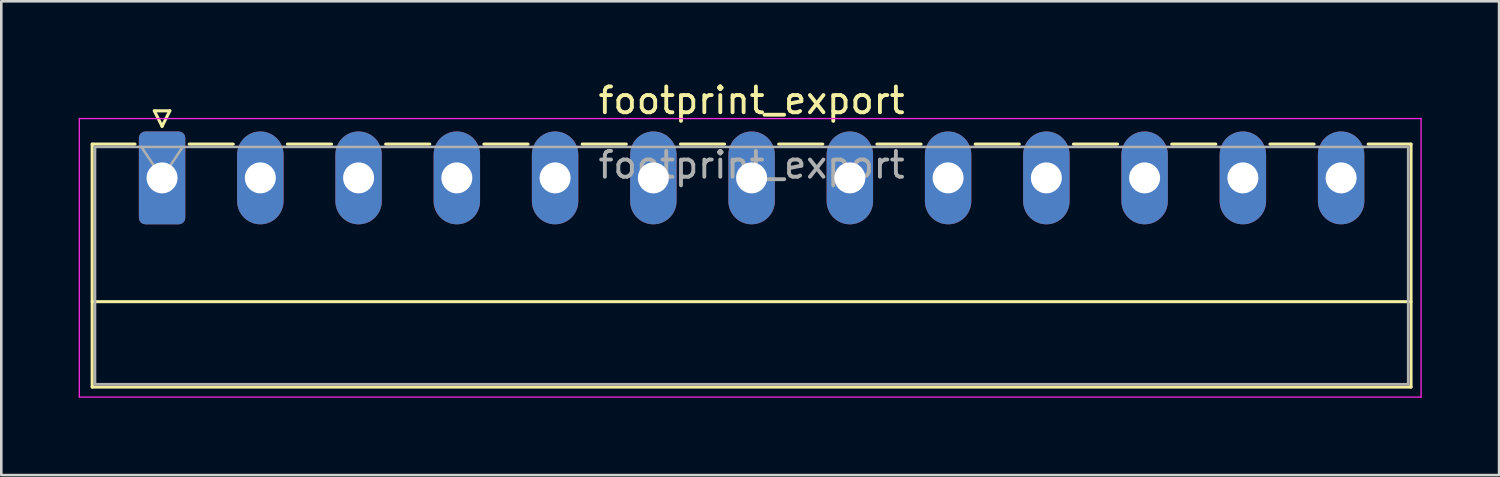
<source format=kicad_pcb>
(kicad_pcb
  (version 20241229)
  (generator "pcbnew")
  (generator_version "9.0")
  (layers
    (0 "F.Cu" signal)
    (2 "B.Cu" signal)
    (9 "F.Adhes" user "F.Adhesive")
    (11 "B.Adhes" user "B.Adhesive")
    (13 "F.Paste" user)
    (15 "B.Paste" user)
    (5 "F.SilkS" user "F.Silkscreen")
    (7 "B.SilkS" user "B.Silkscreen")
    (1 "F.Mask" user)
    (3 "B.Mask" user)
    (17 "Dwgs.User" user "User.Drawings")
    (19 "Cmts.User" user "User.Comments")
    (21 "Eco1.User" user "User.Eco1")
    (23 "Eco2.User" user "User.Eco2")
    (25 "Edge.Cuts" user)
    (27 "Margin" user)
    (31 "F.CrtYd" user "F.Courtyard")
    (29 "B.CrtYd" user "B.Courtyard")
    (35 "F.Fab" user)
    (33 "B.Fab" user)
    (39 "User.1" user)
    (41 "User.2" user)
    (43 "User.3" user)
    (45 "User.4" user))
  (footprint "footprint_export"
    (layer "F.Cu")
    (at 3.235 3.848)
    (property "Reference" "footprint_export" (at 22.86 -3 0) (layer "F.SilkS") (effects (font (size 1 1) (thickness 0.15))))
    (attr through_hole)
    (fp_line (start -2.71 -1.31) (end -2.71 8.11) (stroke (width 0.12) (type solid)) (layer "F.SilkS"))
    (fp_line (start -2.71 -1.31) (end -1.05 -1.31) (stroke (width 0.12) (type solid)) (layer "F.SilkS"))
    (fp_line (start -2.71 4.8) (end 48.43 4.8) (stroke (width 0.12) (type solid)) (layer "F.SilkS"))
    (fp_line (start -2.71 8.11) (end 48.43 8.11) (stroke (width 0.12) (type solid)) (layer "F.SilkS"))
    (fp_line (start -0.3 -2.6) (end 0.3 -2.6) (stroke (width 0.12) (type solid)) (layer "F.SilkS"))
    (fp_line (start 0 -2) (end -0.3 -2.6) (stroke (width 0.12) (type solid)) (layer "F.SilkS"))
    (fp_line (start 0.3 -2.6) (end 0 -2) (stroke (width 0.12) (type solid)) (layer "F.SilkS"))
    (fp_line (start 1.05 -1.31) (end 2.76 -1.31) (stroke (width 0.12) (type solid)) (layer "F.SilkS"))
    (fp_line (start 4.86 -1.31) (end 6.57 -1.31) (stroke (width 0.12) (type solid)) (layer "F.SilkS"))
    (fp_line (start 8.67 -1.31) (end 10.38 -1.31) (stroke (width 0.12) (type solid)) (layer "F.SilkS"))
    (fp_line (start 12.48 -1.31) (end 14.19 -1.31) (stroke (width 0.12) (type solid)) (layer "F.SilkS"))
    (fp_line (start 16.29 -1.31) (end 18 -1.31) (stroke (width 0.12) (type solid)) (layer "F.SilkS"))
    (fp_line (start 20.1 -1.31) (end 21.81 -1.31) (stroke (width 0.12) (type solid)) (layer "F.SilkS"))
    (fp_line (start 23.91 -1.31) (end 25.62 -1.31) (stroke (width 0.12) (type solid)) (layer "F.SilkS"))
    (fp_line (start 27.72 -1.31) (end 29.43 -1.31) (stroke (width 0.12) (type solid)) (layer "F.SilkS"))
    (fp_line (start 31.53 -1.31) (end 33.24 -1.31) (stroke (width 0.12) (type solid)) (layer "F.SilkS"))
    (fp_line (start 35.34 -1.31) (end 37.05 -1.31) (stroke (width 0.12) (type solid)) (layer "F.SilkS"))
    (fp_line (start 39.15 -1.31) (end 40.86 -1.31) (stroke (width 0.12) (type solid)) (layer "F.SilkS"))
    (fp_line (start 42.96 -1.31) (end 44.67 -1.31) (stroke (width 0.12) (type solid)) (layer "F.SilkS"))
    (fp_line (start 48.43 -1.31) (end 46.77 -1.31) (stroke (width 0.12) (type solid)) (layer "F.SilkS"))
    (fp_line (start 48.43 8.11) (end 48.43 -1.31) (stroke (width 0.12) (type solid)) (layer "F.SilkS"))
    (fp_line (start -3.21 -2.3) (end -3.21 8.5) (stroke (width 0.05) (type solid)) (layer "F.CrtYd"))
    (fp_line (start -3.21 8.5) (end 48.82 8.5) (stroke (width 0.05) (type solid)) (layer "F.CrtYd"))
    (fp_line (start 48.82 -2.3) (end -3.21 -2.3) (stroke (width 0.05) (type solid)) (layer "F.CrtYd"))
    (fp_line (start 48.82 8.5) (end 48.82 -2.3) (stroke (width 0.05) (type solid)) (layer "F.CrtYd"))
    (fp_line (start -2.6 -1.2) (end -2.6 8) (stroke (width 0.1) (type solid)) (layer "F.Fab"))
    (fp_line (start -2.6 8) (end 48.32 8) (stroke (width 0.1) (type solid)) (layer "F.Fab"))
    (fp_line (start 0 0) (end -0.8 -1.2) (stroke (width 0.1) (type solid)) (layer "F.Fab"))
    (fp_line (start 0.8 -1.2) (end 0 0) (stroke (width 0.1) (type solid)) (layer "F.Fab"))
    (fp_line (start 48.32 -1.2) (end -2.6 -1.2) (stroke (width 0.1) (type solid)) (layer "F.Fab"))
    (fp_line (start 48.32 8) (end 48.32 -1.2) (stroke (width 0.1) (type solid)) (layer "F.Fab"))
    (fp_text user "${REFERENCE}" (at 22.86 -0.5 0) (layer "F.Fab") (effects (font (size 1 1) (thickness 0.15))))
    (pad "1" thru_hole roundrect (at 0 0) (size 1.8 3.6) (drill 1.2) (layers "*.Cu" "*.Mask") (roundrect_rratio 0.139))
    (pad "2" thru_hole oval (at 3.81 0) (size 1.8 3.6) (drill 1.2) (layers "*.Cu" "*.Mask"))
    (pad "3" thru_hole oval (at 7.62 0) (size 1.8 3.6) (drill 1.2) (layers "*.Cu" "*.Mask"))
    (pad "4" thru_hole oval (at 11.43 0) (size 1.8 3.6) (drill 1.2) (layers "*.Cu" "*.Mask"))
    (pad "5" thru_hole oval (at 15.24 0) (size 1.8 3.6) (drill 1.2) (layers "*.Cu" "*.Mask"))
    (pad "6" thru_hole oval (at 19.05 0) (size 1.8 3.6) (drill 1.2) (layers "*.Cu" "*.Mask"))
    (pad "7" thru_hole oval (at 22.86 0) (size 1.8 3.6) (drill 1.2) (layers "*.Cu" "*.Mask"))
    (pad "8" thru_hole oval (at 26.67 0) (size 1.8 3.6) (drill 1.2) (layers "*.Cu" "*.Mask"))
    (pad "9" thru_hole oval (at 30.48 0) (size 1.8 3.6) (drill 1.2) (layers "*.Cu" "*.Mask"))
    (pad "10" thru_hole oval (at 34.29 0) (size 1.8 3.6) (drill 1.2) (layers "*.Cu" "*.Mask"))
    (pad "11" thru_hole oval (at 38.1 0) (size 1.8 3.6) (drill 1.2) (layers "*.Cu" "*.Mask"))
    (pad "12" thru_hole oval (at 41.91 0) (size 1.8 3.6) (drill 1.2) (layers "*.Cu" "*.Mask"))
    (pad "13" thru_hole oval (at 45.72 0) (size 1.8 3.6) (drill 1.2) (layers "*.Cu" "*.Mask")))
  (gr_rect
    (start -3 -3)
    (end 55.08 15.373)
    (stroke (width 0.1) (type default))
    (fill no)
    (layer "Edge.Cuts")))
</source>
